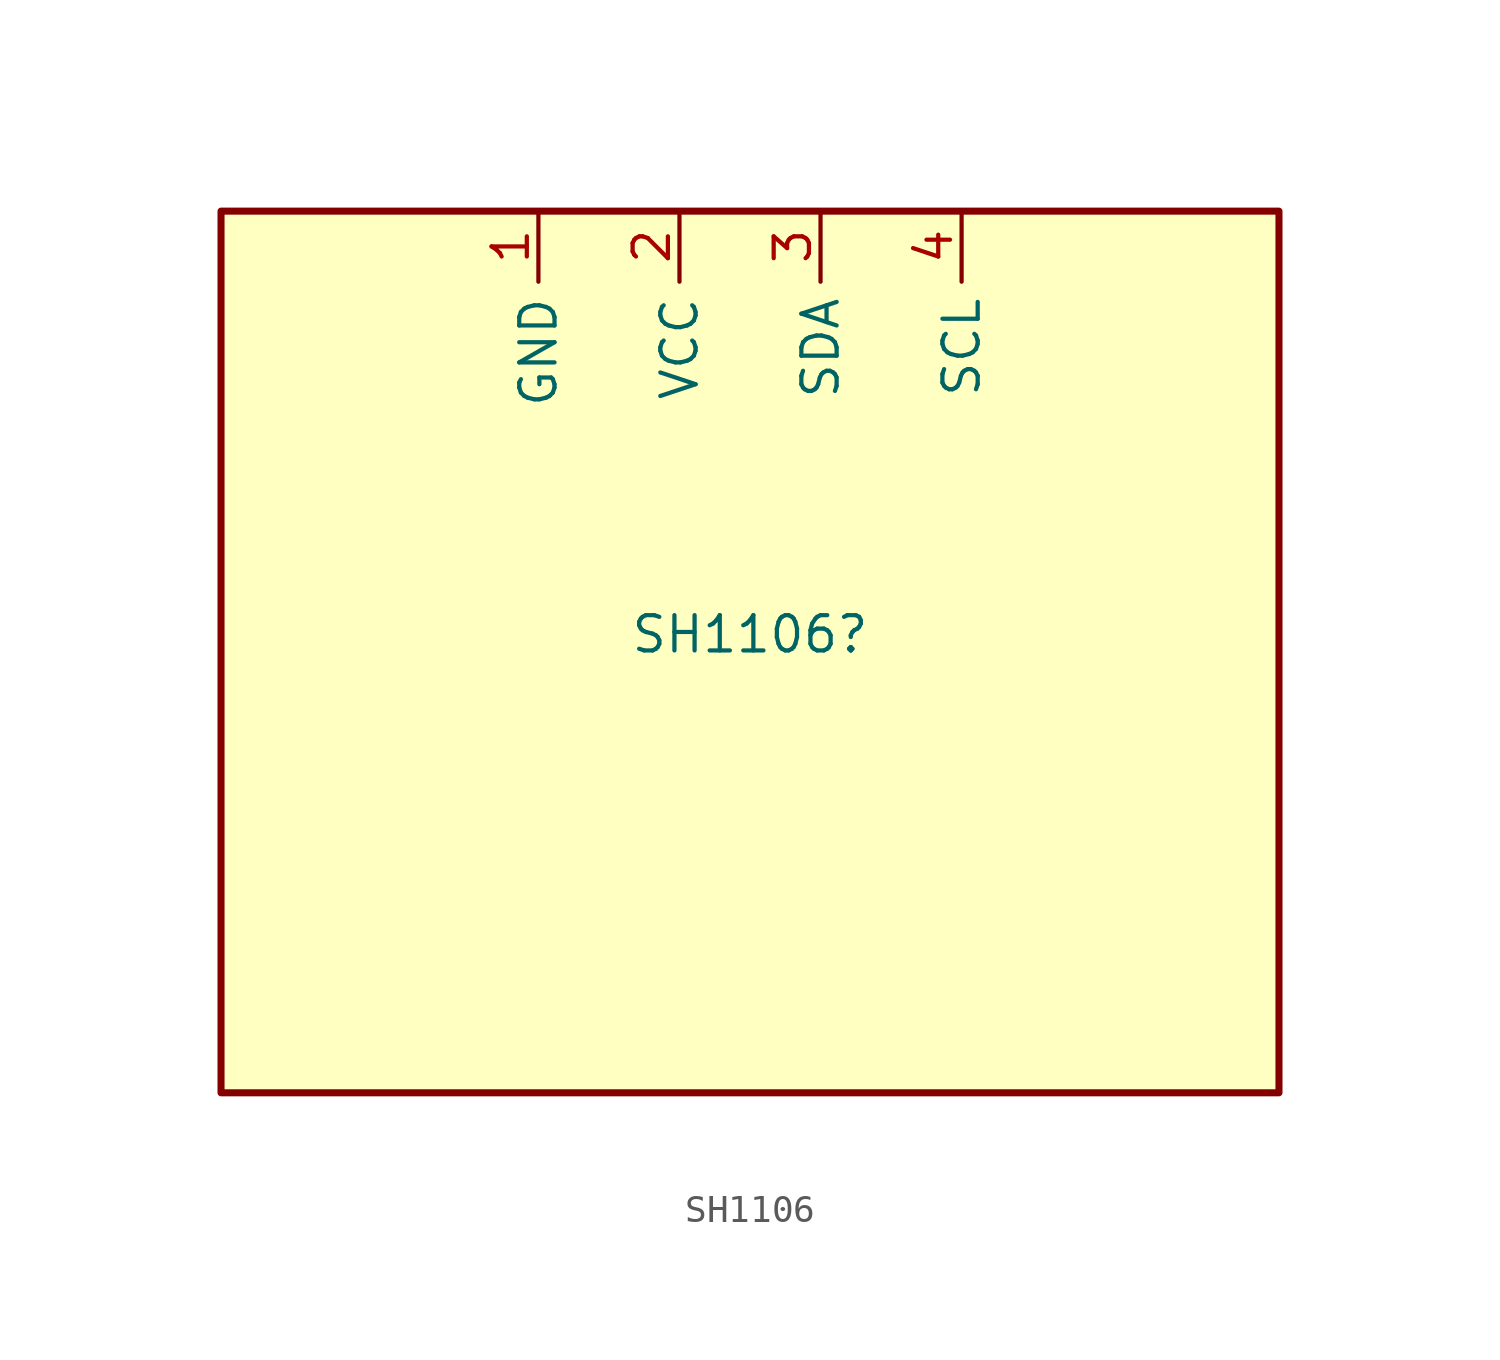
<source format=kicad_sym>
(kicad_symbol_lib
  (version 20220914)
  (generator kicad_symbol_editor)
  (symbol "SH1106"
    (property "Reference" "SH1106"
      (at 0 0 0)
      (effects (font (size 1.27 1.27))))
    (property "Value" ""
      (at 0 0 0)
      (effects (font (size 1.27 1.27))))
    (symbol "SH1106_0_1"
      (rectangle (start -19.05 15.24) (end 19.05 -16.51) (stroke (width 0.254) (type default)) (fill (type background))))
    (symbol "SH1106_1_1"
      (pin output line (at -7.62 15.24 270) (length 2.54) (name "GND" (effects (font (size 1.27 1.27)))) (number "1" (effects (font (size 1.27 1.27)))))
      (pin output line (at -2.54 15.24 270) (length 2.54) (name "VCC" (effects (font (size 1.27 1.27)))) (number "2" (effects (font (size 1.27 1.27)))))
      (pin output line (at 2.54 15.24 270) (length 2.54) (name "SDA" (effects (font (size 1.27 1.27)))) (number "3" (effects (font (size 1.27 1.27)))))
      (pin output line (at 7.62 15.24 270) (length 2.54) (name "SCL" (effects (font (size 1.27 1.27)))) (number "4" (effects (font (size 1.27 1.27))))))))
</source>
